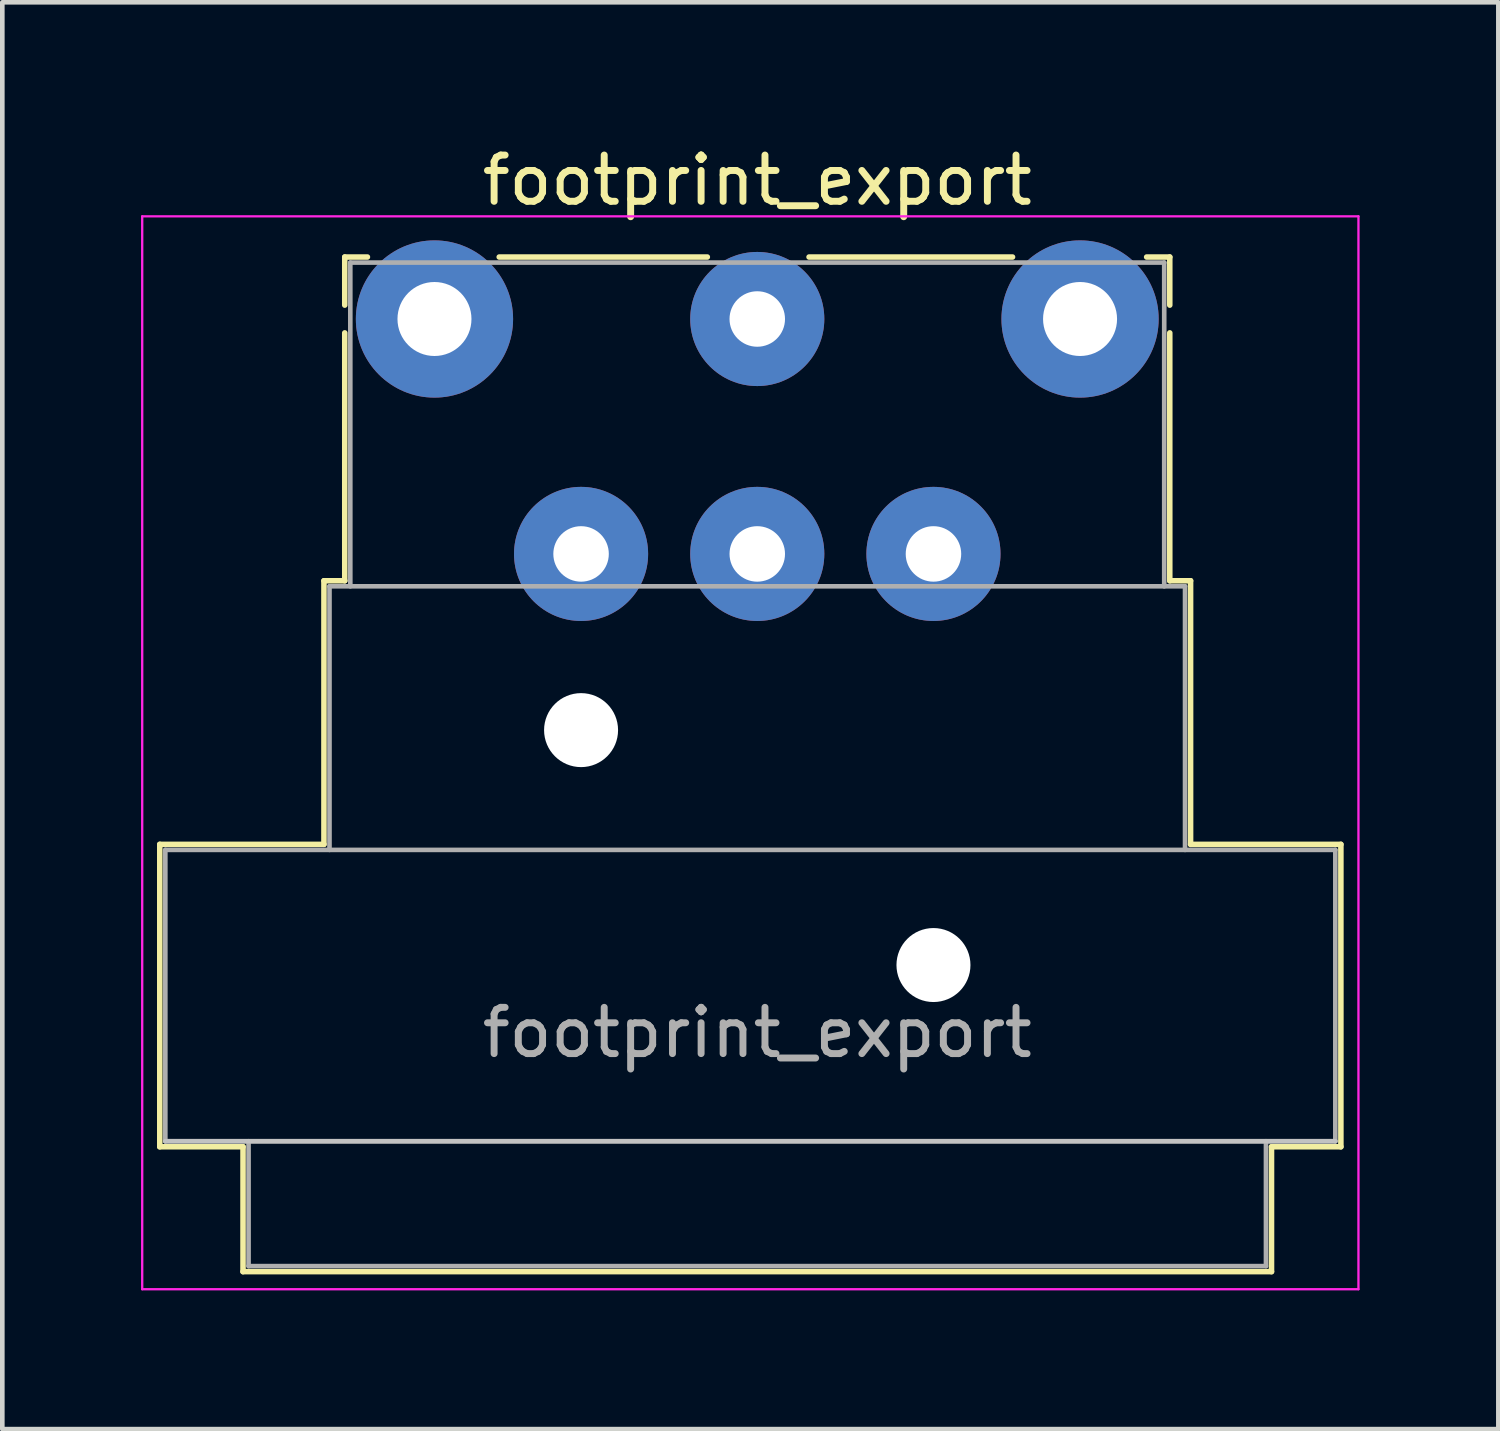
<source format=kicad_pcb>
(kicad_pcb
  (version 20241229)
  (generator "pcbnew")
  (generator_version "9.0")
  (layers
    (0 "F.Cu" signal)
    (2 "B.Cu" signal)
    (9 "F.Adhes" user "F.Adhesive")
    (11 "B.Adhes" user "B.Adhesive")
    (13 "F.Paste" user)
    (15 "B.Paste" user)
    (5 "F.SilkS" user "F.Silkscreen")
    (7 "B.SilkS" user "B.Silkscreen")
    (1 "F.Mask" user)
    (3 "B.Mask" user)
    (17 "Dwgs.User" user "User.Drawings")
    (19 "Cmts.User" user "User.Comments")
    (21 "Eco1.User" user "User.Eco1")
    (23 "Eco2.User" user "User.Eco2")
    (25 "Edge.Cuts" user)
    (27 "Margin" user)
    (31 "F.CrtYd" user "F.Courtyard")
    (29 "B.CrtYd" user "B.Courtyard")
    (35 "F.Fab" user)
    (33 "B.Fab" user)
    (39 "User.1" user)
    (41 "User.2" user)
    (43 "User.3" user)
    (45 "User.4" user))
  (footprint "footprint_export"
    (layer "F.Cu")
    (at 6.345 3.848)
    (property "Reference" "footprint_export" (at 6.98 -3 0) (layer "F.SilkS") (effects (font (size 1 1) (thickness 0.15))))
    (attr through_hole)
    (fp_line (start -5.94 11.36) (end -2.39 11.36) (stroke (width 0.12) (type solid)) (layer "F.SilkS"))
    (fp_line (start -5.94 17.9) (end -5.94 11.36) (stroke (width 0.12) (type solid)) (layer "F.SilkS"))
    (fp_line (start -4.14 17.9) (end -5.94 17.9) (stroke (width 0.12) (type solid)) (layer "F.SilkS"))
    (fp_line (start -4.14 17.9) (end -4.14 20.6) (stroke (width 0.12) (type solid)) (layer "F.SilkS"))
    (fp_line (start -2.39 11.36) (end -2.39 5.66) (stroke (width 0.12) (type solid)) (layer "F.SilkS"))
    (fp_line (start -1.94 -1.34) (end -1.94 -0.3) (stroke (width 0.12) (type solid)) (layer "F.SilkS"))
    (fp_line (start -1.94 -1.34) (end -1.45 -1.34) (stroke (width 0.12) (type solid)) (layer "F.SilkS"))
    (fp_line (start -1.94 5.66) (end -2.39 5.66) (stroke (width 0.12) (type solid)) (layer "F.SilkS"))
    (fp_line (start -1.94 5.66) (end -1.94 0.3) (stroke (width 0.12) (type solid)) (layer "F.SilkS"))
    (fp_line (start 5.9 -1.34) (end 1.4 -1.34) (stroke (width 0.12) (type solid)) (layer "F.SilkS"))
    (fp_line (start 12.5 -1.34) (end 8.1 -1.34) (stroke (width 0.12) (type solid)) (layer "F.SilkS"))
    (fp_line (start 15.4 -1.34) (end 15.9 -1.34) (stroke (width 0.12) (type solid)) (layer "F.SilkS"))
    (fp_line (start 15.9 -1.34) (end 15.9 -0.3) (stroke (width 0.12) (type solid)) (layer "F.SilkS"))
    (fp_line (start 15.9 5.66) (end 15.9 0.3) (stroke (width 0.12) (type solid)) (layer "F.SilkS"))
    (fp_line (start 15.9 5.66) (end 16.35 5.66) (stroke (width 0.12) (type solid)) (layer "F.SilkS"))
    (fp_line (start 16.35 11.36) (end 16.35 5.66) (stroke (width 0.12) (type solid)) (layer "F.SilkS"))
    (fp_line (start 16.35 11.36) (end 19.6 11.36) (stroke (width 0.12) (type solid)) (layer "F.SilkS"))
    (fp_line (start 18.1 17.9) (end 18.1 20.6) (stroke (width 0.12) (type solid)) (layer "F.SilkS"))
    (fp_line (start 18.1 20.6) (end -4.14 20.6) (stroke (width 0.12) (type solid)) (layer "F.SilkS"))
    (fp_line (start 19.6 17.9) (end 18.1 17.9) (stroke (width 0.12) (type solid)) (layer "F.SilkS"))
    (fp_line (start 19.6 17.9) (end 19.6 11.36) (stroke (width 0.12) (type solid)) (layer "F.SilkS"))
    (fp_line (start 19.48 17.78) (end -5.82 17.78) (stroke (width 0.1) (type solid)) (layer "Dwgs.User"))
    (fp_line (start -6.32 20.98) (end -6.32 -2.22) (stroke (width 0.05) (type solid)) (layer "F.CrtYd"))
    (fp_line (start 19.98 -2.22) (end -6.32 -2.22) (stroke (width 0.05) (type solid)) (layer "F.CrtYd"))
    (fp_line (start 19.98 20.98) (end -6.32 20.98) (stroke (width 0.05) (type solid)) (layer "F.CrtYd"))
    (fp_line (start 19.98 20.98) (end 19.98 -2.22) (stroke (width 0.05) (type solid)) (layer "F.CrtYd"))
    (fp_line (start -5.82 11.48) (end 19.48 11.48) (stroke (width 0.1) (type solid)) (layer "F.Fab"))
    (fp_line (start -5.82 17.78) (end -5.82 11.48) (stroke (width 0.1) (type solid)) (layer "F.Fab"))
    (fp_line (start -4.02 20.48) (end -4.02 17.78) (stroke (width 0.1) (type solid)) (layer "F.Fab"))
    (fp_line (start -2.27 5.78) (end -2.27 11.48) (stroke (width 0.1) (type solid)) (layer "F.Fab"))
    (fp_line (start -2.27 5.78) (end 16.23 5.78) (stroke (width 0.1) (type solid)) (layer "F.Fab"))
    (fp_line (start -1.82 5.78) (end -1.82 -1.22) (stroke (width 0.1) (type solid)) (layer "F.Fab"))
    (fp_line (start 15.78 -1.22) (end -1.82 -1.22) (stroke (width 0.1) (type solid)) (layer "F.Fab"))
    (fp_line (start 15.78 5.78) (end 15.78 -1.22) (stroke (width 0.1) (type solid)) (layer "F.Fab"))
    (fp_line (start 16.23 11.48) (end 16.23 5.78) (stroke (width 0.1) (type solid)) (layer "F.Fab"))
    (fp_line (start 17.98 17.78) (end 17.98 20.48) (stroke (width 0.1) (type solid)) (layer "F.Fab"))
    (fp_line (start 17.98 20.48) (end -4.02 20.48) (stroke (width 0.1) (type solid)) (layer "F.Fab"))
    (fp_line (start 19.48 11.48) (end 19.48 17.78) (stroke (width 0.1) (type solid)) (layer "F.Fab"))
    (fp_line (start 19.48 17.78) (end -5.82 17.78) (stroke (width 0.1) (type solid)) (layer "F.Fab"))
    (fp_text user "${REFERENCE}" (at 6.98 15.43 0) (layer "F.Fab") (effects (font (size 1 1) (thickness 0.15))))
    (pad "" np_thru_hole circle (at 3.17 8.89) (size 1.6 1.6) (drill 1.6) (layers "*.Cu" "*.Mask"))
    (pad "" np_thru_hole circle (at 10.79 13.97) (size 1.6 1.6) (drill 1.6) (layers "*.Cu" "*.Mask"))
    (pad "1" thru_hole circle (at 0 0) (size 3.4 3.4) (drill 1.6) (layers "*.Cu" "*.Mask"))
    (pad "2" thru_hole circle (at 3.17 5.08) (size 2.9 2.9) (drill 1.2) (layers "*.Cu" "*.Mask"))
    (pad "3" thru_hole circle (at 6.98 0) (size 2.9 2.9) (drill 1.2) (layers "*.Cu" "*.Mask"))
    (pad "4" thru_hole circle (at 10.79 5.08) (size 2.9 2.9) (drill 1.2) (layers "*.Cu" "*.Mask"))
    (pad "5" thru_hole circle (at 13.96 0) (size 3.4 3.4) (drill 1.6) (layers "*.Cu" "*.Mask"))
    (pad "G" thru_hole circle (at 6.98 5.08) (size 2.9 2.9) (drill 1.2) (layers "*.Cu" "*.Mask")))
  (gr_rect
    (start -3 -3)
    (end 29.35 27.853)
    (stroke (width 0.1) (type default))
    (fill no)
    (layer "Edge.Cuts")))
</source>
